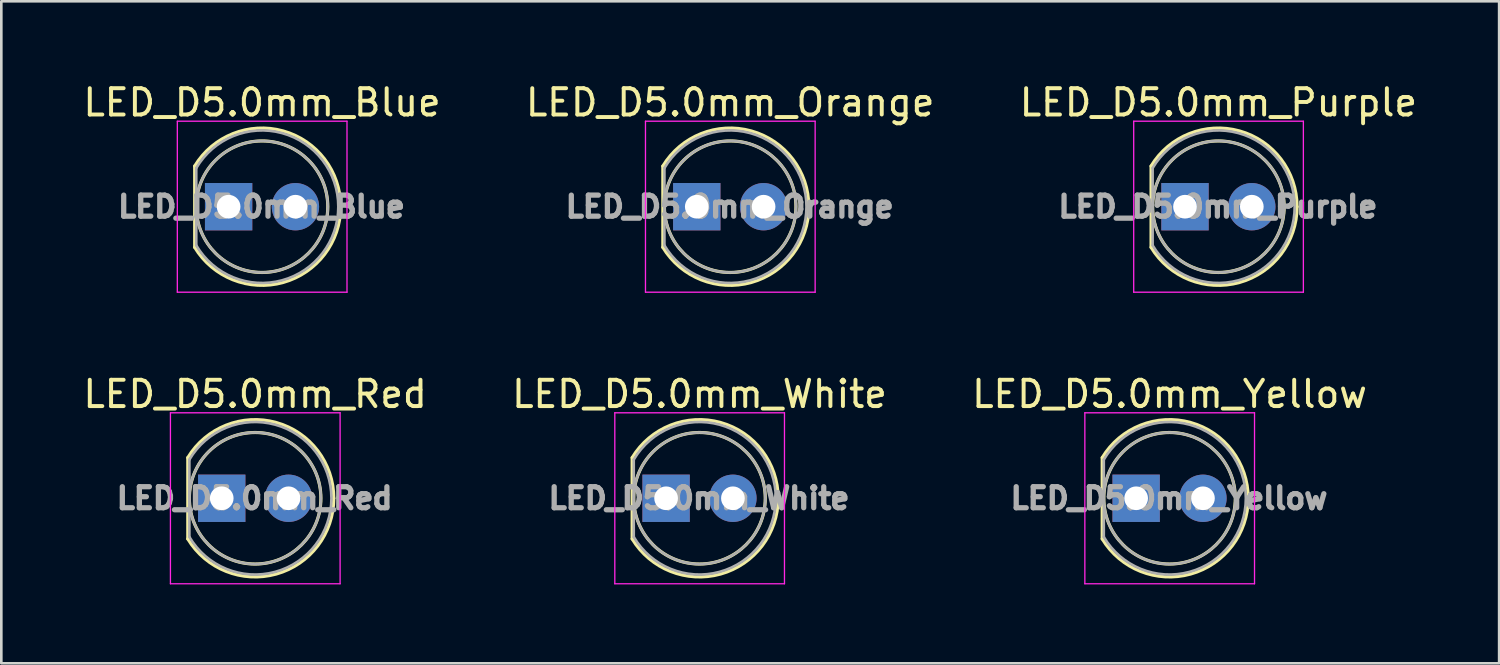
<source format=kicad_pcb>
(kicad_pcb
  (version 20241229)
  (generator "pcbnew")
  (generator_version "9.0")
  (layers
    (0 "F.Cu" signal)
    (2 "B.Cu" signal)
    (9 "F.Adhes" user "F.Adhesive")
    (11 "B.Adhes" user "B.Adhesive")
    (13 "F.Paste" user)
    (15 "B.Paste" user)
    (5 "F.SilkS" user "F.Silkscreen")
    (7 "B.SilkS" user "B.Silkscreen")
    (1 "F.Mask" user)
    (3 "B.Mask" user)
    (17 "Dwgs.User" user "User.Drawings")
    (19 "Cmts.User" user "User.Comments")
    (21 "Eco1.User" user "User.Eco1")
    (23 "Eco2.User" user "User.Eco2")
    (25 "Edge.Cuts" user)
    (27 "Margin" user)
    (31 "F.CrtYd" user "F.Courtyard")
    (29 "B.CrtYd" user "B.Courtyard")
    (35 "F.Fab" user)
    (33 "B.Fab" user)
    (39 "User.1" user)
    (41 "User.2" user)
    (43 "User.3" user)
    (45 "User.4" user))
  (footprint "LED_D5.0mm_Orange"
    (layer "F.Cu")
    (at 23.438 4.808)
    (property "Reference" "LED_D5.0mm_Orange" (at 1.27 -3.96 0) (layer "F.SilkS") (effects (font (size 1 1) (thickness 0.15))))
    (attr through_hole)
    (fp_line (start -1.29 -1.545) (end -1.29 1.545) (stroke (width 0.12) (type solid)) (layer "F.SilkS"))
    (fp_arc (start -1.29 -1.54483) (mid 2.072002 -2.880433) (end 4.26 0.000462) (stroke (width 0.12) (type solid)) (layer "F.SilkS"))
    (fp_arc (start 4.26 -0.000462) (mid 2.072002 2.880433) (end -1.29 1.54483) (stroke (width 0.12) (type solid)) (layer "F.SilkS"))
    (fp_circle (center 1.27 0) (end 3.77 0) (stroke (width 0.12) (type solid)) (fill no) (layer "F.SilkS"))
    (fp_line (start -1.95 -3.25) (end -1.95 3.25) (stroke (width 0.05) (type solid)) (layer "F.CrtYd"))
    (fp_line (start -1.95 3.25) (end 4.5 3.25) (stroke (width 0.05) (type solid)) (layer "F.CrtYd"))
    (fp_line (start 4.5 -3.25) (end -1.95 -3.25) (stroke (width 0.05) (type solid)) (layer "F.CrtYd"))
    (fp_line (start 4.5 3.25) (end 4.5 -3.25) (stroke (width 0.05) (type solid)) (layer "F.CrtYd"))
    (fp_line (start -1.23 -1.47) (end -1.23 1.47) (stroke (width 0.1) (type solid)) (layer "F.Fab"))
    (fp_arc (start -1.23 -1.469694) (mid 4.17 0.000016) (end -1.230016 1.469666) (stroke (width 0.1) (type solid)) (layer "F.Fab"))
    (fp_circle (center 1.27 0) (end 3.77 0) (stroke (width 0.1) (type solid)) (fill no) (layer "F.Fab"))
    (fp_text user "${REFERENCE}" (at 1.25 0 0) (layer "F.Fab") (effects (font (size 0.8 0.8) (thickness 0.2))))
    (pad "1" thru_hole rect (at 0 0) (size 1.8 1.8) (drill 0.9) (layers "*.Cu" "*.Mask"))
    (pad "2" thru_hole circle (at 2.54 0) (size 1.8 1.8) (drill 0.9) (layers "*.Cu" "*.Mask")))
  (footprint "LED_D5.0mm_Purple"
    (layer "F.Cu")
    (at 41.998 4.808)
    (property "Reference" "LED_D5.0mm_Purple" (at 1.27 -3.96 0) (layer "F.SilkS") (effects (font (size 1 1) (thickness 0.15))))
    (attr through_hole)
    (fp_line (start -1.29 -1.545) (end -1.29 1.545) (stroke (width 0.12) (type solid)) (layer "F.SilkS"))
    (fp_arc (start -1.29 -1.54483) (mid 2.072002 -2.880433) (end 4.26 0.000462) (stroke (width 0.12) (type solid)) (layer "F.SilkS"))
    (fp_arc (start 4.26 -0.000462) (mid 2.072002 2.880433) (end -1.29 1.54483) (stroke (width 0.12) (type solid)) (layer "F.SilkS"))
    (fp_circle (center 1.27 0) (end 3.77 0) (stroke (width 0.12) (type solid)) (fill no) (layer "F.SilkS"))
    (fp_line (start -1.95 -3.25) (end -1.95 3.25) (stroke (width 0.05) (type solid)) (layer "F.CrtYd"))
    (fp_line (start -1.95 3.25) (end 4.5 3.25) (stroke (width 0.05) (type solid)) (layer "F.CrtYd"))
    (fp_line (start 4.5 -3.25) (end -1.95 -3.25) (stroke (width 0.05) (type solid)) (layer "F.CrtYd"))
    (fp_line (start 4.5 3.25) (end 4.5 -3.25) (stroke (width 0.05) (type solid)) (layer "F.CrtYd"))
    (fp_line (start -1.23 -1.47) (end -1.23 1.47) (stroke (width 0.1) (type solid)) (layer "F.Fab"))
    (fp_arc (start -1.23 -1.469694) (mid 4.17 0.000016) (end -1.230016 1.469666) (stroke (width 0.1) (type solid)) (layer "F.Fab"))
    (fp_circle (center 1.27 0) (end 3.77 0) (stroke (width 0.1) (type solid)) (fill no) (layer "F.Fab"))
    (fp_text user "${REFERENCE}" (at 1.25 0 0) (layer "F.Fab") (effects (font (size 0.8 0.8) (thickness 0.2))))
    (pad "1" thru_hole rect (at 0 0) (size 1.8 1.8) (drill 0.9) (layers "*.Cu" "*.Mask"))
    (pad "2" thru_hole circle (at 2.54 0) (size 1.8 1.8) (drill 0.9) (layers "*.Cu" "*.Mask")))
  (footprint "LED_D5.0mm_Red"
    (layer "F.Cu")
    (at 5.379 15.892)
    (property "Reference" "LED_D5.0mm_Red" (at 1.27 -3.96 0) (layer "F.SilkS") (effects (font (size 1 1) (thickness 0.15))))
    (attr through_hole)
    (fp_line (start -1.29 -1.545) (end -1.29 1.545) (stroke (width 0.12) (type solid)) (layer "F.SilkS"))
    (fp_arc (start -1.29 -1.54483) (mid 2.072002 -2.880433) (end 4.26 0.000462) (stroke (width 0.12) (type solid)) (layer "F.SilkS"))
    (fp_arc (start 4.26 -0.000462) (mid 2.072002 2.880433) (end -1.29 1.54483) (stroke (width 0.12) (type solid)) (layer "F.SilkS"))
    (fp_circle (center 1.27 0) (end 3.77 0) (stroke (width 0.12) (type solid)) (fill no) (layer "F.SilkS"))
    (fp_line (start -1.95 -3.25) (end -1.95 3.25) (stroke (width 0.05) (type solid)) (layer "F.CrtYd"))
    (fp_line (start -1.95 3.25) (end 4.5 3.25) (stroke (width 0.05) (type solid)) (layer "F.CrtYd"))
    (fp_line (start 4.5 -3.25) (end -1.95 -3.25) (stroke (width 0.05) (type solid)) (layer "F.CrtYd"))
    (fp_line (start 4.5 3.25) (end 4.5 -3.25) (stroke (width 0.05) (type solid)) (layer "F.CrtYd"))
    (fp_line (start -1.23 -1.47) (end -1.23 1.47) (stroke (width 0.1) (type solid)) (layer "F.Fab"))
    (fp_arc (start -1.23 -1.469694) (mid 4.17 0.000016) (end -1.230016 1.469666) (stroke (width 0.1) (type solid)) (layer "F.Fab"))
    (fp_circle (center 1.27 0) (end 3.77 0) (stroke (width 0.1) (type solid)) (fill no) (layer "F.Fab"))
    (fp_text user "${REFERENCE}" (at 1.25 0 0) (layer "F.Fab") (effects (font (size 0.8 0.8) (thickness 0.2))))
    (pad "1" thru_hole rect (at 0 0) (size 1.8 1.8) (drill 0.9) (layers "*.Cu" "*.Mask"))
    (pad "2" thru_hole circle (at 2.54 0) (size 1.8 1.8) (drill 0.9) (layers "*.Cu" "*.Mask")))
  (footprint "LED_D5.0mm_Blue"
    (layer "F.Cu")
    (at 5.641 4.808)
    (property "Reference" "LED_D5.0mm_Blue" (at 1.27 -3.96 0) (layer "F.SilkS") (effects (font (size 1 1) (thickness 0.15))))
    (attr through_hole)
    (fp_line (start -1.29 -1.545) (end -1.29 1.545) (stroke (width 0.12) (type solid)) (layer "F.SilkS"))
    (fp_arc (start -1.29 -1.54483) (mid 2.072002 -2.880433) (end 4.26 0.000462) (stroke (width 0.12) (type solid)) (layer "F.SilkS"))
    (fp_arc (start 4.26 -0.000462) (mid 2.072002 2.880433) (end -1.29 1.54483) (stroke (width 0.12) (type solid)) (layer "F.SilkS"))
    (fp_circle (center 1.27 0) (end 3.77 0) (stroke (width 0.12) (type solid)) (fill no) (layer "F.SilkS"))
    (fp_line (start -1.95 -3.25) (end -1.95 3.25) (stroke (width 0.05) (type solid)) (layer "F.CrtYd"))
    (fp_line (start -1.95 3.25) (end 4.5 3.25) (stroke (width 0.05) (type solid)) (layer "F.CrtYd"))
    (fp_line (start 4.5 -3.25) (end -1.95 -3.25) (stroke (width 0.05) (type solid)) (layer "F.CrtYd"))
    (fp_line (start 4.5 3.25) (end 4.5 -3.25) (stroke (width 0.05) (type solid)) (layer "F.CrtYd"))
    (fp_line (start -1.23 -1.47) (end -1.23 1.47) (stroke (width 0.1) (type solid)) (layer "F.Fab"))
    (fp_arc (start -1.23 -1.469694) (mid 4.17 0.000016) (end -1.230016 1.469666) (stroke (width 0.1) (type solid)) (layer "F.Fab"))
    (fp_circle (center 1.27 0) (end 3.77 0) (stroke (width 0.1) (type solid)) (fill no) (layer "F.Fab"))
    (fp_text user "${REFERENCE}" (at 1.25 0 0) (layer "F.Fab") (effects (font (size 0.8 0.8) (thickness 0.2))))
    (pad "1" thru_hole rect (at 0 0) (size 1.8 1.8) (drill 0.9) (layers "*.Cu" "*.Mask"))
    (pad "2" thru_hole circle (at 2.54 0) (size 1.8 1.8) (drill 0.9) (layers "*.Cu" "*.Mask")))
  (footprint "LED_D5.0mm_Yellow"
    (layer "F.Cu")
    (at 40.141 15.892)
    (property "Reference" "LED_D5.0mm_Yellow" (at 1.27 -3.96 0) (layer "F.SilkS") (effects (font (size 1 1) (thickness 0.15))))
    (attr through_hole)
    (fp_line (start -1.29 -1.545) (end -1.29 1.545) (stroke (width 0.12) (type solid)) (layer "F.SilkS"))
    (fp_arc (start -1.29 -1.54483) (mid 2.072002 -2.880433) (end 4.26 0.000462) (stroke (width 0.12) (type solid)) (layer "F.SilkS"))
    (fp_arc (start 4.26 -0.000462) (mid 2.072002 2.880433) (end -1.29 1.54483) (stroke (width 0.12) (type solid)) (layer "F.SilkS"))
    (fp_circle (center 1.27 0) (end 3.77 0) (stroke (width 0.12) (type solid)) (fill no) (layer "F.SilkS"))
    (fp_line (start -1.95 -3.25) (end -1.95 3.25) (stroke (width 0.05) (type solid)) (layer "F.CrtYd"))
    (fp_line (start -1.95 3.25) (end 4.5 3.25) (stroke (width 0.05) (type solid)) (layer "F.CrtYd"))
    (fp_line (start 4.5 -3.25) (end -1.95 -3.25) (stroke (width 0.05) (type solid)) (layer "F.CrtYd"))
    (fp_line (start 4.5 3.25) (end 4.5 -3.25) (stroke (width 0.05) (type solid)) (layer "F.CrtYd"))
    (fp_line (start -1.23 -1.47) (end -1.23 1.47) (stroke (width 0.1) (type solid)) (layer "F.Fab"))
    (fp_arc (start -1.23 -1.469694) (mid 4.17 0.000016) (end -1.230016 1.469666) (stroke (width 0.1) (type solid)) (layer "F.Fab"))
    (fp_circle (center 1.27 0) (end 3.77 0) (stroke (width 0.1) (type solid)) (fill no) (layer "F.Fab"))
    (fp_text user "${REFERENCE}" (at 1.25 0 0) (layer "F.Fab") (effects (font (size 0.8 0.8) (thickness 0.2))))
    (pad "1" thru_hole rect (at 0 0) (size 1.8 1.8) (drill 0.9) (layers "*.Cu" "*.Mask"))
    (pad "2" thru_hole circle (at 2.54 0) (size 1.8 1.8) (drill 0.9) (layers "*.Cu" "*.Mask")))
  (footprint "LED_D5.0mm_White"
    (layer "F.Cu")
    (at 22.272 15.892)
    (property "Reference" "LED_D5.0mm_White" (at 1.27 -3.96 0) (layer "F.SilkS") (effects (font (size 1 1) (thickness 0.15))))
    (attr through_hole)
    (fp_line (start -1.29 -1.545) (end -1.29 1.545) (stroke (width 0.12) (type solid)) (layer "F.SilkS"))
    (fp_arc (start -1.29 -1.54483) (mid 2.072002 -2.880433) (end 4.26 0.000462) (stroke (width 0.12) (type solid)) (layer "F.SilkS"))
    (fp_arc (start 4.26 -0.000462) (mid 2.072002 2.880433) (end -1.29 1.54483) (stroke (width 0.12) (type solid)) (layer "F.SilkS"))
    (fp_circle (center 1.27 0) (end 3.77 0) (stroke (width 0.12) (type solid)) (fill no) (layer "F.SilkS"))
    (fp_line (start -1.95 -3.25) (end -1.95 3.25) (stroke (width 0.05) (type solid)) (layer "F.CrtYd"))
    (fp_line (start -1.95 3.25) (end 4.5 3.25) (stroke (width 0.05) (type solid)) (layer "F.CrtYd"))
    (fp_line (start 4.5 -3.25) (end -1.95 -3.25) (stroke (width 0.05) (type solid)) (layer "F.CrtYd"))
    (fp_line (start 4.5 3.25) (end 4.5 -3.25) (stroke (width 0.05) (type solid)) (layer "F.CrtYd"))
    (fp_line (start -1.23 -1.47) (end -1.23 1.47) (stroke (width 0.1) (type solid)) (layer "F.Fab"))
    (fp_arc (start -1.23 -1.469694) (mid 4.17 0.000016) (end -1.230016 1.469666) (stroke (width 0.1) (type solid)) (layer "F.Fab"))
    (fp_circle (center 1.27 0) (end 3.77 0) (stroke (width 0.1) (type solid)) (fill no) (layer "F.Fab"))
    (fp_text user "${REFERENCE}" (at 1.25 0 0) (layer "F.Fab") (effects (font (size 0.8 0.8) (thickness 0.2))))
    (pad "1" thru_hole rect (at 0 0) (size 1.8 1.8) (drill 0.9) (layers "*.Cu" "*.Mask"))
    (pad "2" thru_hole circle (at 2.54 0) (size 1.8 1.8) (drill 0.9) (layers "*.Cu" "*.Mask")))
  (gr_rect
    (start -3 -3)
    (end 53.94 22.166)
    (stroke (width 0.1) (type default))
    (fill no)
    (layer "Edge.Cuts")))
</source>
